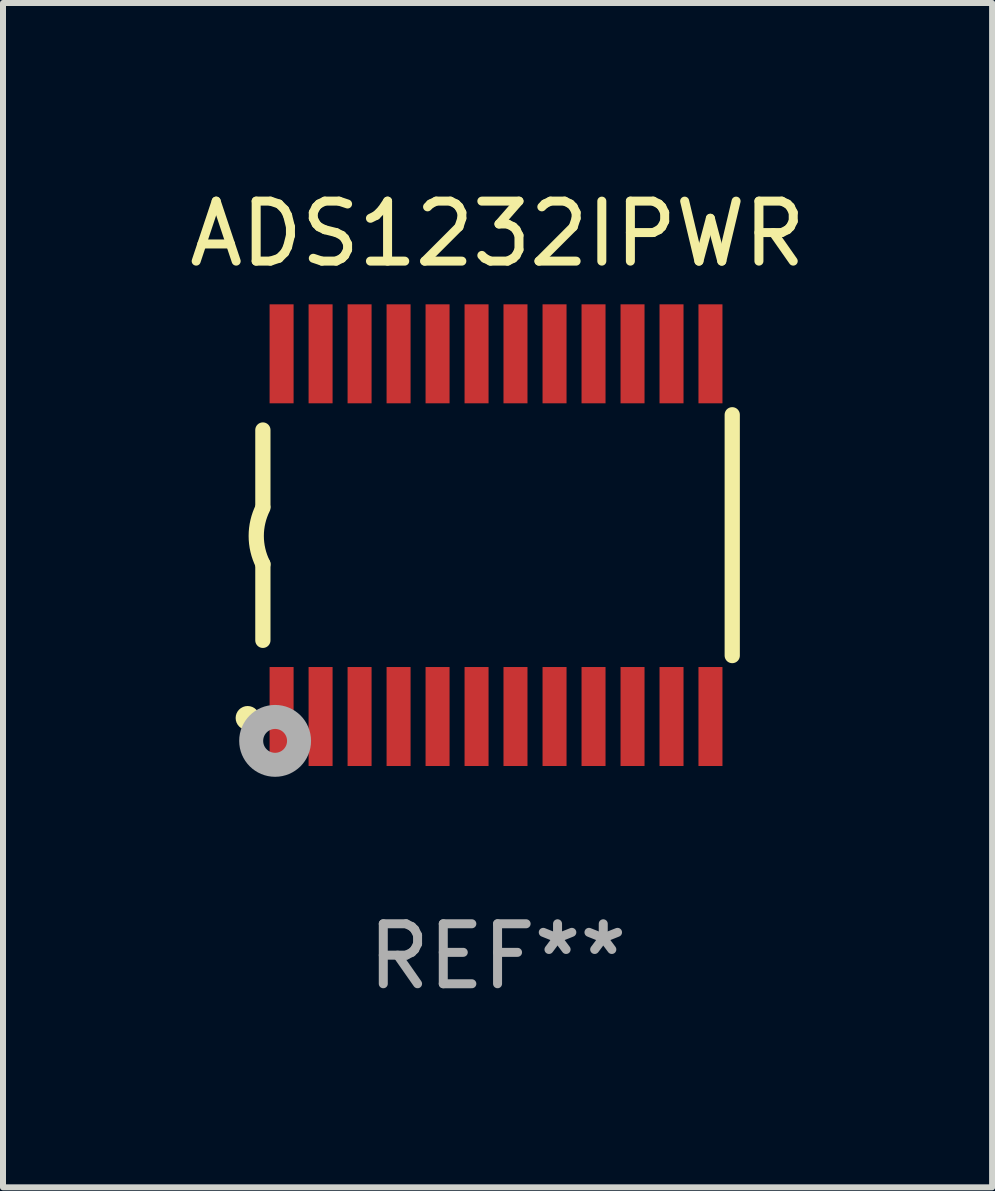
<source format=kicad_pcb>
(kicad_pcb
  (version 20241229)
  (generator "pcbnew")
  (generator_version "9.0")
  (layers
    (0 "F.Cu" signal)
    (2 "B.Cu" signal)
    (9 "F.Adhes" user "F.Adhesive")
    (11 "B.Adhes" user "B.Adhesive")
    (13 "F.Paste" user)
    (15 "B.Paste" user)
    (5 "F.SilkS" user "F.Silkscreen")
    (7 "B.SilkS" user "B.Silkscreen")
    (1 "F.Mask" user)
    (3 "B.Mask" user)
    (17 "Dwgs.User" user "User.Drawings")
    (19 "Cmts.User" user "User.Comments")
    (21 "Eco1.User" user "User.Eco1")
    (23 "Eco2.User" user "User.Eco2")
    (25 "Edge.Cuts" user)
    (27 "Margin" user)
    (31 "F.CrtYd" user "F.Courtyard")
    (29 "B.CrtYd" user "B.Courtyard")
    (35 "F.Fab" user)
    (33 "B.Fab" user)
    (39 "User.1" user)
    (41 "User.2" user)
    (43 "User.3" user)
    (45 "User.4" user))
  (footprint "ADS1232IPWR"
    (layer "F.Cu")
    (at 5.244 5.871)
    (property "Reference" "ADS1232IPWR" (at 0 -5.023 0) (layer "F.SilkS") (effects (font (size 1 1) (thickness 0.15))))
    (attr through_hole)
    (fp_line (start -3.912 -0.483) (end -3.912 -1.753) (stroke (width 0.254) (type solid)) (layer "F.SilkS"))
    (fp_line (start -3.912 1.753) (end -3.912 0.483) (stroke (width 0.254) (type solid)) (layer "F.SilkS"))
    (fp_line (start 3.912 -2.007) (end 3.912 2.007) (stroke (width 0.254) (type solid)) (layer "F.SilkS"))
    (fp_arc (start -3.911608 0.482601) (mid -4.022537 0.0127) (end -3.911608 -0.457201) (stroke (width 0.254001) (type solid)) (layer "F.SilkS"))
    (fp_circle (center -4.166 3.048) (end -4.066 3.048) (stroke (width 0.2) (type solid)) (fill no) (layer "F.SilkS"))
    (fp_circle (center -3.925 3.186) (end -3.895 3.186) (stroke (width 0.06) (type solid)) (fill no) (layer "F.SilkS"))
    (fp_circle (center -3.708 3.429) (end -3.509 3.429) (stroke (width 0.4) (type solid)) (fill no) (layer "F.Fab"))
    (fp_text user "REF**" (at 0 7.023 0) (layer "F.Fab") (effects (font (size 1 1) (thickness 0.15))))
    (pad "1" smd rect (at -3.6 3.023) (size 0.4 1.65) (layers "F.Cu" "F.Mask" "F.Paste"))
    (pad "2" smd rect (at -2.95 3.023) (size 0.4 1.65) (layers "F.Cu" "F.Mask" "F.Paste"))
    (pad "3" smd rect (at -2.3 3.023) (size 0.4 1.65) (layers "F.Cu" "F.Mask" "F.Paste"))
    (pad "4" smd rect (at -1.65 3.023) (size 0.4 1.65) (layers "F.Cu" "F.Mask" "F.Paste"))
    (pad "5" smd rect (at -1 3.023) (size 0.4 1.65) (layers "F.Cu" "F.Mask" "F.Paste"))
    (pad "6" smd rect (at -0.35 3.023) (size 0.4 1.65) (layers "F.Cu" "F.Mask" "F.Paste"))
    (pad "7" smd rect (at 0.299 3.023) (size 0.4 1.65) (layers "F.Cu" "F.Mask" "F.Paste"))
    (pad "8" smd rect (at 0.95 3.023) (size 0.4 1.65) (layers "F.Cu" "F.Mask" "F.Paste"))
    (pad "9" smd rect (at 1.6 3.023) (size 0.4 1.65) (layers "F.Cu" "F.Mask" "F.Paste"))
    (pad "10" smd rect (at 2.25 3.023) (size 0.4 1.65) (layers "F.Cu" "F.Mask" "F.Paste"))
    (pad "11" smd rect (at 2.9 3.023) (size 0.4 1.65) (layers "F.Cu" "F.Mask" "F.Paste"))
    (pad "12" smd rect (at 3.549 3.023) (size 0.4 1.65) (layers "F.Cu" "F.Mask" "F.Paste"))
    (pad "13" smd rect (at 3.549 -3.023) (size 0.4 1.65) (layers "F.Cu" "F.Mask" "F.Paste"))
    (pad "14" smd rect (at 2.9 -3.023) (size 0.4 1.65) (layers "F.Cu" "F.Mask" "F.Paste"))
    (pad "15" smd rect (at 2.25 -3.023) (size 0.4 1.65) (layers "F.Cu" "F.Mask" "F.Paste"))
    (pad "16" smd rect (at 1.6 -3.023) (size 0.4 1.65) (layers "F.Cu" "F.Mask" "F.Paste"))
    (pad "17" smd rect (at 0.95 -3.023) (size 0.4 1.65) (layers "F.Cu" "F.Mask" "F.Paste"))
    (pad "18" smd rect (at 0.299 -3.023) (size 0.4 1.65) (layers "F.Cu" "F.Mask" "F.Paste"))
    (pad "19" smd rect (at -0.35 -3.023) (size 0.4 1.65) (layers "F.Cu" "F.Mask" "F.Paste"))
    (pad "20" smd rect (at -1 -3.023) (size 0.4 1.65) (layers "F.Cu" "F.Mask" "F.Paste"))
    (pad "21" smd rect (at -1.65 -3.023) (size 0.4 1.65) (layers "F.Cu" "F.Mask" "F.Paste"))
    (pad "22" smd rect (at -2.3 -3.023) (size 0.4 1.65) (layers "F.Cu" "F.Mask" "F.Paste"))
    (pad "23" smd rect (at -2.95 -3.023) (size 0.4 1.65) (layers "F.Cu" "F.Mask" "F.Paste"))
    (pad "24" smd rect (at -3.6 -3.023) (size 0.4 1.65) (layers "F.Cu" "F.Mask" "F.Paste")))
  (gr_rect
    (start -3 -3)
    (end 13.488 16.742)
    (stroke (width 0.1) (type default))
    (fill no)
    (layer "Edge.Cuts")))
</source>
